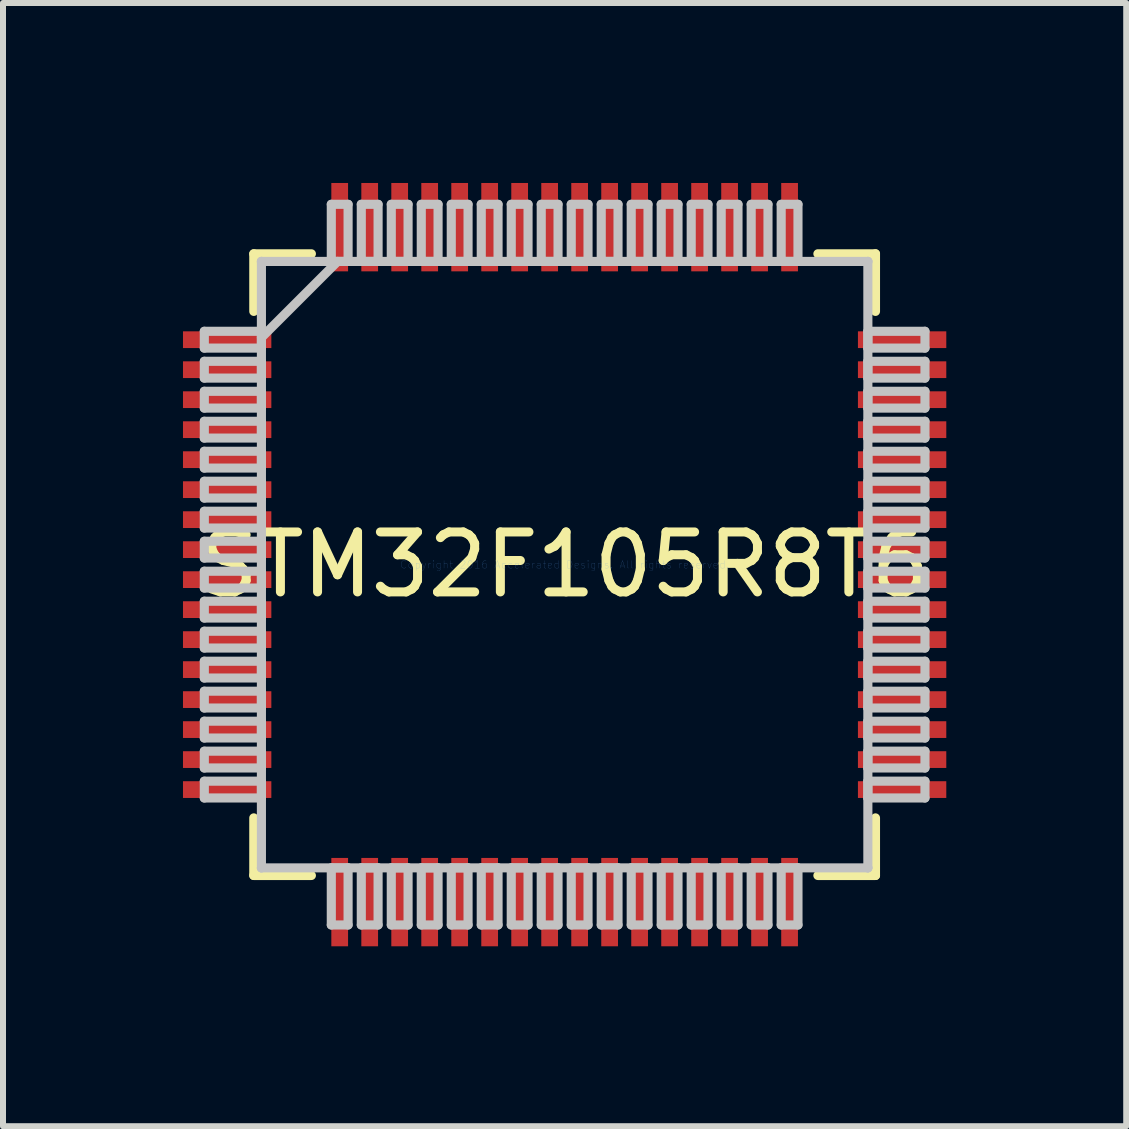
<source format=kicad_pcb>
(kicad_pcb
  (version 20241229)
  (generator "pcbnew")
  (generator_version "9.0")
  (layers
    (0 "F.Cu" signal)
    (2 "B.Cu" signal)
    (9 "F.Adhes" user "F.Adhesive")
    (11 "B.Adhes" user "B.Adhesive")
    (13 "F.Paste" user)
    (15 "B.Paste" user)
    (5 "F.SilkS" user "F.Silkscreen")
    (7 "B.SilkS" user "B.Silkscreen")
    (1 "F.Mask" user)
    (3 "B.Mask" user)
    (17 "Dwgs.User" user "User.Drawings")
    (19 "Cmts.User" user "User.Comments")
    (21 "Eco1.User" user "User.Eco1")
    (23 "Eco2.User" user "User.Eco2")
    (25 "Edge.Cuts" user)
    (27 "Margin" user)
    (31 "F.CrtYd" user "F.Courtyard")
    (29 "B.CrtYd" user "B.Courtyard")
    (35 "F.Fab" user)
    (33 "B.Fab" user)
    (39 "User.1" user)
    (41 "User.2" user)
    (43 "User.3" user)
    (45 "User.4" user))
  (footprint "STM32F105R8T6"
    (layer "F.Cu")
    (at 6.363 6.363)
    (property "Reference" "STM32F105R8T6" (at 0 0 0) (layer "F.SilkS") (effects (font (size 1 1) (thickness 0.15))))
    (attr through_hole)
    (fp_line (start -5.182 -5.182) (end -5.182 -4.222) (stroke (width 0.152) (type solid)) (layer "F.SilkS"))
    (fp_line (start -5.182 4.222) (end -5.182 5.182) (stroke (width 0.152) (type solid)) (layer "F.SilkS"))
    (fp_line (start -5.182 5.182) (end -4.222 5.182) (stroke (width 0.152) (type solid)) (layer "F.SilkS"))
    (fp_line (start -4.222 -5.182) (end -5.182 -5.182) (stroke (width 0.152) (type solid)) (layer "F.SilkS"))
    (fp_line (start 4.222 5.182) (end 5.182 5.182) (stroke (width 0.152) (type solid)) (layer "F.SilkS"))
    (fp_line (start 5.182 -5.182) (end 4.222 -5.182) (stroke (width 0.152) (type solid)) (layer "F.SilkS"))
    (fp_line (start 5.182 -4.222) (end 5.182 -5.182) (stroke (width 0.152) (type solid)) (layer "F.SilkS"))
    (fp_line (start 5.182 5.182) (end 5.182 4.222) (stroke (width 0.152) (type solid)) (layer "F.SilkS"))
    (fp_line (start -6.007 -3.89) (end -6.007 -3.61) (stroke (width 0.152) (type solid)) (layer "Dwgs.User"))
    (fp_line (start -6.007 -3.61) (end -5.055 -3.61) (stroke (width 0.152) (type solid)) (layer "Dwgs.User"))
    (fp_line (start -6.007 -3.39) (end -6.007 -3.11) (stroke (width 0.152) (type solid)) (layer "Dwgs.User"))
    (fp_line (start -6.007 -3.11) (end -5.055 -3.11) (stroke (width 0.152) (type solid)) (layer "Dwgs.User"))
    (fp_line (start -6.007 -2.89) (end -6.007 -2.61) (stroke (width 0.152) (type solid)) (layer "Dwgs.User"))
    (fp_line (start -6.007 -2.61) (end -5.055 -2.61) (stroke (width 0.152) (type solid)) (layer "Dwgs.User"))
    (fp_line (start -6.007 -2.39) (end -6.007 -2.11) (stroke (width 0.152) (type solid)) (layer "Dwgs.User"))
    (fp_line (start -6.007 -2.11) (end -5.055 -2.11) (stroke (width 0.152) (type solid)) (layer "Dwgs.User"))
    (fp_line (start -6.007 -1.89) (end -6.007 -1.61) (stroke (width 0.152) (type solid)) (layer "Dwgs.User"))
    (fp_line (start -6.007 -1.61) (end -5.055 -1.61) (stroke (width 0.152) (type solid)) (layer "Dwgs.User"))
    (fp_line (start -6.007 -1.39) (end -6.007 -1.11) (stroke (width 0.152) (type solid)) (layer "Dwgs.User"))
    (fp_line (start -6.007 -1.11) (end -5.055 -1.11) (stroke (width 0.152) (type solid)) (layer "Dwgs.User"))
    (fp_line (start -6.007 -0.89) (end -6.007 -0.61) (stroke (width 0.152) (type solid)) (layer "Dwgs.User"))
    (fp_line (start -6.007 -0.61) (end -5.055 -0.61) (stroke (width 0.152) (type solid)) (layer "Dwgs.User"))
    (fp_line (start -6.007 -0.39) (end -6.007 -0.11) (stroke (width 0.152) (type solid)) (layer "Dwgs.User"))
    (fp_line (start -6.007 -0.11) (end -5.055 -0.11) (stroke (width 0.152) (type solid)) (layer "Dwgs.User"))
    (fp_line (start -6.007 0.11) (end -6.007 0.39) (stroke (width 0.152) (type solid)) (layer "Dwgs.User"))
    (fp_line (start -6.007 0.39) (end -5.055 0.39) (stroke (width 0.152) (type solid)) (layer "Dwgs.User"))
    (fp_line (start -6.007 0.61) (end -6.007 0.89) (stroke (width 0.152) (type solid)) (layer "Dwgs.User"))
    (fp_line (start -6.007 0.89) (end -5.055 0.89) (stroke (width 0.152) (type solid)) (layer "Dwgs.User"))
    (fp_line (start -6.007 1.11) (end -6.007 1.39) (stroke (width 0.152) (type solid)) (layer "Dwgs.User"))
    (fp_line (start -6.007 1.39) (end -5.055 1.39) (stroke (width 0.152) (type solid)) (layer "Dwgs.User"))
    (fp_line (start -6.007 1.61) (end -6.007 1.89) (stroke (width 0.152) (type solid)) (layer "Dwgs.User"))
    (fp_line (start -6.007 1.89) (end -5.055 1.89) (stroke (width 0.152) (type solid)) (layer "Dwgs.User"))
    (fp_line (start -6.007 2.11) (end -6.007 2.39) (stroke (width 0.152) (type solid)) (layer "Dwgs.User"))
    (fp_line (start -6.007 2.39) (end -5.055 2.39) (stroke (width 0.152) (type solid)) (layer "Dwgs.User"))
    (fp_line (start -6.007 2.61) (end -6.007 2.89) (stroke (width 0.152) (type solid)) (layer "Dwgs.User"))
    (fp_line (start -6.007 2.89) (end -5.055 2.89) (stroke (width 0.152) (type solid)) (layer "Dwgs.User"))
    (fp_line (start -6.007 3.11) (end -6.007 3.39) (stroke (width 0.152) (type solid)) (layer "Dwgs.User"))
    (fp_line (start -6.007 3.39) (end -5.055 3.39) (stroke (width 0.152) (type solid)) (layer "Dwgs.User"))
    (fp_line (start -6.007 3.61) (end -6.007 3.89) (stroke (width 0.152) (type solid)) (layer "Dwgs.User"))
    (fp_line (start -6.007 3.89) (end -5.055 3.89) (stroke (width 0.152) (type solid)) (layer "Dwgs.User"))
    (fp_line (start -5.055 -5.055) (end -5.055 -5.055) (stroke (width 0.152) (type solid)) (layer "Dwgs.User"))
    (fp_line (start -5.055 -5.055) (end -5.055 5.055) (stroke (width 0.152) (type solid)) (layer "Dwgs.User"))
    (fp_line (start -5.055 -3.89) (end -6.007 -3.89) (stroke (width 0.152) (type solid)) (layer "Dwgs.User"))
    (fp_line (start -5.055 -3.785) (end -3.785 -5.055) (stroke (width 0.152) (type solid)) (layer "Dwgs.User"))
    (fp_line (start -5.055 -3.61) (end -5.055 -3.89) (stroke (width 0.152) (type solid)) (layer "Dwgs.User"))
    (fp_line (start -5.055 -3.39) (end -6.007 -3.39) (stroke (width 0.152) (type solid)) (layer "Dwgs.User"))
    (fp_line (start -5.055 -3.11) (end -5.055 -3.39) (stroke (width 0.152) (type solid)) (layer "Dwgs.User"))
    (fp_line (start -5.055 -2.89) (end -6.007 -2.89) (stroke (width 0.152) (type solid)) (layer "Dwgs.User"))
    (fp_line (start -5.055 -2.61) (end -5.055 -2.89) (stroke (width 0.152) (type solid)) (layer "Dwgs.User"))
    (fp_line (start -5.055 -2.39) (end -6.007 -2.39) (stroke (width 0.152) (type solid)) (layer "Dwgs.User"))
    (fp_line (start -5.055 -2.11) (end -5.055 -2.39) (stroke (width 0.152) (type solid)) (layer "Dwgs.User"))
    (fp_line (start -5.055 -1.89) (end -6.007 -1.89) (stroke (width 0.152) (type solid)) (layer "Dwgs.User"))
    (fp_line (start -5.055 -1.61) (end -5.055 -1.89) (stroke (width 0.152) (type solid)) (layer "Dwgs.User"))
    (fp_line (start -5.055 -1.39) (end -6.007 -1.39) (stroke (width 0.152) (type solid)) (layer "Dwgs.User"))
    (fp_line (start -5.055 -1.11) (end -5.055 -1.39) (stroke (width 0.152) (type solid)) (layer "Dwgs.User"))
    (fp_line (start -5.055 -0.89) (end -6.007 -0.89) (stroke (width 0.152) (type solid)) (layer "Dwgs.User"))
    (fp_line (start -5.055 -0.61) (end -5.055 -0.89) (stroke (width 0.152) (type solid)) (layer "Dwgs.User"))
    (fp_line (start -5.055 -0.39) (end -6.007 -0.39) (stroke (width 0.152) (type solid)) (layer "Dwgs.User"))
    (fp_line (start -5.055 -0.11) (end -5.055 -0.39) (stroke (width 0.152) (type solid)) (layer "Dwgs.User"))
    (fp_line (start -5.055 0.11) (end -6.007 0.11) (stroke (width 0.152) (type solid)) (layer "Dwgs.User"))
    (fp_line (start -5.055 0.39) (end -5.055 0.11) (stroke (width 0.152) (type solid)) (layer "Dwgs.User"))
    (fp_line (start -5.055 0.61) (end -6.007 0.61) (stroke (width 0.152) (type solid)) (layer "Dwgs.User"))
    (fp_line (start -5.055 0.89) (end -5.055 0.61) (stroke (width 0.152) (type solid)) (layer "Dwgs.User"))
    (fp_line (start -5.055 1.11) (end -6.007 1.11) (stroke (width 0.152) (type solid)) (layer "Dwgs.User"))
    (fp_line (start -5.055 1.39) (end -5.055 1.11) (stroke (width 0.152) (type solid)) (layer "Dwgs.User"))
    (fp_line (start -5.055 1.61) (end -6.007 1.61) (stroke (width 0.152) (type solid)) (layer "Dwgs.User"))
    (fp_line (start -5.055 1.89) (end -5.055 1.61) (stroke (width 0.152) (type solid)) (layer "Dwgs.User"))
    (fp_line (start -5.055 2.11) (end -6.007 2.11) (stroke (width 0.152) (type solid)) (layer "Dwgs.User"))
    (fp_line (start -5.055 2.39) (end -5.055 2.11) (stroke (width 0.152) (type solid)) (layer "Dwgs.User"))
    (fp_line (start -5.055 2.61) (end -6.007 2.61) (stroke (width 0.152) (type solid)) (layer "Dwgs.User"))
    (fp_line (start -5.055 2.89) (end -5.055 2.61) (stroke (width 0.152) (type solid)) (layer "Dwgs.User"))
    (fp_line (start -5.055 3.11) (end -6.007 3.11) (stroke (width 0.152) (type solid)) (layer "Dwgs.User"))
    (fp_line (start -5.055 3.39) (end -5.055 3.11) (stroke (width 0.152) (type solid)) (layer "Dwgs.User"))
    (fp_line (start -5.055 3.61) (end -6.007 3.61) (stroke (width 0.152) (type solid)) (layer "Dwgs.User"))
    (fp_line (start -5.055 3.89) (end -5.055 3.61) (stroke (width 0.152) (type solid)) (layer "Dwgs.User"))
    (fp_line (start -5.055 5.055) (end -5.055 5.055) (stroke (width 0.152) (type solid)) (layer "Dwgs.User"))
    (fp_line (start -5.055 5.055) (end 5.055 5.055) (stroke (width 0.152) (type solid)) (layer "Dwgs.User"))
    (fp_line (start -3.89 -6.007) (end -3.89 -5.055) (stroke (width 0.152) (type solid)) (layer "Dwgs.User"))
    (fp_line (start -3.89 -5.055) (end -3.61 -5.055) (stroke (width 0.152) (type solid)) (layer "Dwgs.User"))
    (fp_line (start -3.89 5.055) (end -3.89 6.007) (stroke (width 0.152) (type solid)) (layer "Dwgs.User"))
    (fp_line (start -3.89 6.007) (end -3.61 6.007) (stroke (width 0.152) (type solid)) (layer "Dwgs.User"))
    (fp_line (start -3.61 -6.007) (end -3.89 -6.007) (stroke (width 0.152) (type solid)) (layer "Dwgs.User"))
    (fp_line (start -3.61 -5.055) (end -3.61 -6.007) (stroke (width 0.152) (type solid)) (layer "Dwgs.User"))
    (fp_line (start -3.61 5.055) (end -3.89 5.055) (stroke (width 0.152) (type solid)) (layer "Dwgs.User"))
    (fp_line (start -3.61 6.007) (end -3.61 5.055) (stroke (width 0.152) (type solid)) (layer "Dwgs.User"))
    (fp_line (start -3.39 -6.007) (end -3.39 -5.055) (stroke (width 0.152) (type solid)) (layer "Dwgs.User"))
    (fp_line (start -3.39 -5.055) (end -3.11 -5.055) (stroke (width 0.152) (type solid)) (layer "Dwgs.User"))
    (fp_line (start -3.39 5.055) (end -3.39 6.007) (stroke (width 0.152) (type solid)) (layer "Dwgs.User"))
    (fp_line (start -3.39 6.007) (end -3.11 6.007) (stroke (width 0.152) (type solid)) (layer "Dwgs.User"))
    (fp_line (start -3.11 -6.007) (end -3.39 -6.007) (stroke (width 0.152) (type solid)) (layer "Dwgs.User"))
    (fp_line (start -3.11 -5.055) (end -3.11 -6.007) (stroke (width 0.152) (type solid)) (layer "Dwgs.User"))
    (fp_line (start -3.11 5.055) (end -3.39 5.055) (stroke (width 0.152) (type solid)) (layer "Dwgs.User"))
    (fp_line (start -3.11 6.007) (end -3.11 5.055) (stroke (width 0.152) (type solid)) (layer "Dwgs.User"))
    (fp_line (start -2.89 -6.007) (end -2.89 -5.055) (stroke (width 0.152) (type solid)) (layer "Dwgs.User"))
    (fp_line (start -2.89 -5.055) (end -2.61 -5.055) (stroke (width 0.152) (type solid)) (layer "Dwgs.User"))
    (fp_line (start -2.89 5.055) (end -2.89 6.007) (stroke (width 0.152) (type solid)) (layer "Dwgs.User"))
    (fp_line (start -2.89 6.007) (end -2.61 6.007) (stroke (width 0.152) (type solid)) (layer "Dwgs.User"))
    (fp_line (start -2.61 -6.007) (end -2.89 -6.007) (stroke (width 0.152) (type solid)) (layer "Dwgs.User"))
    (fp_line (start -2.61 -5.055) (end -2.61 -6.007) (stroke (width 0.152) (type solid)) (layer "Dwgs.User"))
    (fp_line (start -2.61 5.055) (end -2.89 5.055) (stroke (width 0.152) (type solid)) (layer "Dwgs.User"))
    (fp_line (start -2.61 6.007) (end -2.61 5.055) (stroke (width 0.152) (type solid)) (layer "Dwgs.User"))
    (fp_line (start -2.39 -6.007) (end -2.39 -5.055) (stroke (width 0.152) (type solid)) (layer "Dwgs.User"))
    (fp_line (start -2.39 -5.055) (end -2.11 -5.055) (stroke (width 0.152) (type solid)) (layer "Dwgs.User"))
    (fp_line (start -2.39 5.055) (end -2.39 6.007) (stroke (width 0.152) (type solid)) (layer "Dwgs.User"))
    (fp_line (start -2.39 6.007) (end -2.11 6.007) (stroke (width 0.152) (type solid)) (layer "Dwgs.User"))
    (fp_line (start -2.11 -6.007) (end -2.39 -6.007) (stroke (width 0.152) (type solid)) (layer "Dwgs.User"))
    (fp_line (start -2.11 -5.055) (end -2.11 -6.007) (stroke (width 0.152) (type solid)) (layer "Dwgs.User"))
    (fp_line (start -2.11 5.055) (end -2.39 5.055) (stroke (width 0.152) (type solid)) (layer "Dwgs.User"))
    (fp_line (start -2.11 6.007) (end -2.11 5.055) (stroke (width 0.152) (type solid)) (layer "Dwgs.User"))
    (fp_line (start -1.89 -6.007) (end -1.89 -5.055) (stroke (width 0.152) (type solid)) (layer "Dwgs.User"))
    (fp_line (start -1.89 -5.055) (end -1.61 -5.055) (stroke (width 0.152) (type solid)) (layer "Dwgs.User"))
    (fp_line (start -1.89 5.055) (end -1.89 6.007) (stroke (width 0.152) (type solid)) (layer "Dwgs.User"))
    (fp_line (start -1.89 6.007) (end -1.61 6.007) (stroke (width 0.152) (type solid)) (layer "Dwgs.User"))
    (fp_line (start -1.61 -6.007) (end -1.89 -6.007) (stroke (width 0.152) (type solid)) (layer "Dwgs.User"))
    (fp_line (start -1.61 -5.055) (end -1.61 -6.007) (stroke (width 0.152) (type solid)) (layer "Dwgs.User"))
    (fp_line (start -1.61 5.055) (end -1.89 5.055) (stroke (width 0.152) (type solid)) (layer "Dwgs.User"))
    (fp_line (start -1.61 6.007) (end -1.61 5.055) (stroke (width 0.152) (type solid)) (layer "Dwgs.User"))
    (fp_line (start -1.39 -6.007) (end -1.39 -5.055) (stroke (width 0.152) (type solid)) (layer "Dwgs.User"))
    (fp_line (start -1.39 -5.055) (end -1.11 -5.055) (stroke (width 0.152) (type solid)) (layer "Dwgs.User"))
    (fp_line (start -1.39 5.055) (end -1.39 6.007) (stroke (width 0.152) (type solid)) (layer "Dwgs.User"))
    (fp_line (start -1.39 6.007) (end -1.11 6.007) (stroke (width 0.152) (type solid)) (layer "Dwgs.User"))
    (fp_line (start -1.11 -6.007) (end -1.39 -6.007) (stroke (width 0.152) (type solid)) (layer "Dwgs.User"))
    (fp_line (start -1.11 -5.055) (end -1.11 -6.007) (stroke (width 0.152) (type solid)) (layer "Dwgs.User"))
    (fp_line (start -1.11 5.055) (end -1.39 5.055) (stroke (width 0.152) (type solid)) (layer "Dwgs.User"))
    (fp_line (start -1.11 6.007) (end -1.11 5.055) (stroke (width 0.152) (type solid)) (layer "Dwgs.User"))
    (fp_line (start -0.89 -6.007) (end -0.89 -5.055) (stroke (width 0.152) (type solid)) (layer "Dwgs.User"))
    (fp_line (start -0.89 -5.055) (end -0.61 -5.055) (stroke (width 0.152) (type solid)) (layer "Dwgs.User"))
    (fp_line (start -0.89 5.055) (end -0.89 6.007) (stroke (width 0.152) (type solid)) (layer "Dwgs.User"))
    (fp_line (start -0.89 6.007) (end -0.61 6.007) (stroke (width 0.152) (type solid)) (layer "Dwgs.User"))
    (fp_line (start -0.61 -6.007) (end -0.89 -6.007) (stroke (width 0.152) (type solid)) (layer "Dwgs.User"))
    (fp_line (start -0.61 -5.055) (end -0.61 -6.007) (stroke (width 0.152) (type solid)) (layer "Dwgs.User"))
    (fp_line (start -0.61 5.055) (end -0.89 5.055) (stroke (width 0.152) (type solid)) (layer "Dwgs.User"))
    (fp_line (start -0.61 6.007) (end -0.61 5.055) (stroke (width 0.152) (type solid)) (layer "Dwgs.User"))
    (fp_line (start -0.39 -6.007) (end -0.39 -5.055) (stroke (width 0.152) (type solid)) (layer "Dwgs.User"))
    (fp_line (start -0.39 -5.055) (end -0.11 -5.055) (stroke (width 0.152) (type solid)) (layer "Dwgs.User"))
    (fp_line (start -0.39 5.055) (end -0.39 6.007) (stroke (width 0.152) (type solid)) (layer "Dwgs.User"))
    (fp_line (start -0.39 6.007) (end -0.11 6.007) (stroke (width 0.152) (type solid)) (layer "Dwgs.User"))
    (fp_line (start -0.11 -6.007) (end -0.39 -6.007) (stroke (width 0.152) (type solid)) (layer "Dwgs.User"))
    (fp_line (start -0.11 -5.055) (end -0.11 -6.007) (stroke (width 0.152) (type solid)) (layer "Dwgs.User"))
    (fp_line (start -0.11 5.055) (end -0.39 5.055) (stroke (width 0.152) (type solid)) (layer "Dwgs.User"))
    (fp_line (start -0.11 6.007) (end -0.11 5.055) (stroke (width 0.152) (type solid)) (layer "Dwgs.User"))
    (fp_line (start 0.11 -6.007) (end 0.11 -5.055) (stroke (width 0.152) (type solid)) (layer "Dwgs.User"))
    (fp_line (start 0.11 -5.055) (end 0.39 -5.055) (stroke (width 0.152) (type solid)) (layer "Dwgs.User"))
    (fp_line (start 0.11 5.055) (end 0.11 6.007) (stroke (width 0.152) (type solid)) (layer "Dwgs.User"))
    (fp_line (start 0.11 6.007) (end 0.39 6.007) (stroke (width 0.152) (type solid)) (layer "Dwgs.User"))
    (fp_line (start 0.39 -6.007) (end 0.11 -6.007) (stroke (width 0.152) (type solid)) (layer "Dwgs.User"))
    (fp_line (start 0.39 -5.055) (end 0.39 -6.007) (stroke (width 0.152) (type solid)) (layer "Dwgs.User"))
    (fp_line (start 0.39 5.055) (end 0.11 5.055) (stroke (width 0.152) (type solid)) (layer "Dwgs.User"))
    (fp_line (start 0.39 6.007) (end 0.39 5.055) (stroke (width 0.152) (type solid)) (layer "Dwgs.User"))
    (fp_line (start 0.61 -6.007) (end 0.61 -5.055) (stroke (width 0.152) (type solid)) (layer "Dwgs.User"))
    (fp_line (start 0.61 -5.055) (end 0.89 -5.055) (stroke (width 0.152) (type solid)) (layer "Dwgs.User"))
    (fp_line (start 0.61 5.055) (end 0.61 6.007) (stroke (width 0.152) (type solid)) (layer "Dwgs.User"))
    (fp_line (start 0.61 6.007) (end 0.89 6.007) (stroke (width 0.152) (type solid)) (layer "Dwgs.User"))
    (fp_line (start 0.89 -6.007) (end 0.61 -6.007) (stroke (width 0.152) (type solid)) (layer "Dwgs.User"))
    (fp_line (start 0.89 -5.055) (end 0.89 -6.007) (stroke (width 0.152) (type solid)) (layer "Dwgs.User"))
    (fp_line (start 0.89 5.055) (end 0.61 5.055) (stroke (width 0.152) (type solid)) (layer "Dwgs.User"))
    (fp_line (start 0.89 6.007) (end 0.89 5.055) (stroke (width 0.152) (type solid)) (layer "Dwgs.User"))
    (fp_line (start 1.11 -6.007) (end 1.11 -5.055) (stroke (width 0.152) (type solid)) (layer "Dwgs.User"))
    (fp_line (start 1.11 -5.055) (end 1.39 -5.055) (stroke (width 0.152) (type solid)) (layer "Dwgs.User"))
    (fp_line (start 1.11 5.055) (end 1.11 6.007) (stroke (width 0.152) (type solid)) (layer "Dwgs.User"))
    (fp_line (start 1.11 6.007) (end 1.39 6.007) (stroke (width 0.152) (type solid)) (layer "Dwgs.User"))
    (fp_line (start 1.39 -6.007) (end 1.11 -6.007) (stroke (width 0.152) (type solid)) (layer "Dwgs.User"))
    (fp_line (start 1.39 -5.055) (end 1.39 -6.007) (stroke (width 0.152) (type solid)) (layer "Dwgs.User"))
    (fp_line (start 1.39 5.055) (end 1.11 5.055) (stroke (width 0.152) (type solid)) (layer "Dwgs.User"))
    (fp_line (start 1.39 6.007) (end 1.39 5.055) (stroke (width 0.152) (type solid)) (layer "Dwgs.User"))
    (fp_line (start 1.61 -6.007) (end 1.61 -5.055) (stroke (width 0.152) (type solid)) (layer "Dwgs.User"))
    (fp_line (start 1.61 -5.055) (end 1.89 -5.055) (stroke (width 0.152) (type solid)) (layer "Dwgs.User"))
    (fp_line (start 1.61 5.055) (end 1.61 6.007) (stroke (width 0.152) (type solid)) (layer "Dwgs.User"))
    (fp_line (start 1.61 6.007) (end 1.89 6.007) (stroke (width 0.152) (type solid)) (layer "Dwgs.User"))
    (fp_line (start 1.89 -6.007) (end 1.61 -6.007) (stroke (width 0.152) (type solid)) (layer "Dwgs.User"))
    (fp_line (start 1.89 -5.055) (end 1.89 -6.007) (stroke (width 0.152) (type solid)) (layer "Dwgs.User"))
    (fp_line (start 1.89 5.055) (end 1.61 5.055) (stroke (width 0.152) (type solid)) (layer "Dwgs.User"))
    (fp_line (start 1.89 6.007) (end 1.89 5.055) (stroke (width 0.152) (type solid)) (layer "Dwgs.User"))
    (fp_line (start 2.11 -6.007) (end 2.11 -5.055) (stroke (width 0.152) (type solid)) (layer "Dwgs.User"))
    (fp_line (start 2.11 -5.055) (end 2.39 -5.055) (stroke (width 0.152) (type solid)) (layer "Dwgs.User"))
    (fp_line (start 2.11 5.055) (end 2.11 6.007) (stroke (width 0.152) (type solid)) (layer "Dwgs.User"))
    (fp_line (start 2.11 6.007) (end 2.39 6.007) (stroke (width 0.152) (type solid)) (layer "Dwgs.User"))
    (fp_line (start 2.39 -6.007) (end 2.11 -6.007) (stroke (width 0.152) (type solid)) (layer "Dwgs.User"))
    (fp_line (start 2.39 -5.055) (end 2.39 -6.007) (stroke (width 0.152) (type solid)) (layer "Dwgs.User"))
    (fp_line (start 2.39 5.055) (end 2.11 5.055) (stroke (width 0.152) (type solid)) (layer "Dwgs.User"))
    (fp_line (start 2.39 6.007) (end 2.39 5.055) (stroke (width 0.152) (type solid)) (layer "Dwgs.User"))
    (fp_line (start 2.61 -6.007) (end 2.61 -5.055) (stroke (width 0.152) (type solid)) (layer "Dwgs.User"))
    (fp_line (start 2.61 -5.055) (end 2.89 -5.055) (stroke (width 0.152) (type solid)) (layer "Dwgs.User"))
    (fp_line (start 2.61 5.055) (end 2.61 6.007) (stroke (width 0.152) (type solid)) (layer "Dwgs.User"))
    (fp_line (start 2.61 6.007) (end 2.89 6.007) (stroke (width 0.152) (type solid)) (layer "Dwgs.User"))
    (fp_line (start 2.89 -6.007) (end 2.61 -6.007) (stroke (width 0.152) (type solid)) (layer "Dwgs.User"))
    (fp_line (start 2.89 -5.055) (end 2.89 -6.007) (stroke (width 0.152) (type solid)) (layer "Dwgs.User"))
    (fp_line (start 2.89 5.055) (end 2.61 5.055) (stroke (width 0.152) (type solid)) (layer "Dwgs.User"))
    (fp_line (start 2.89 6.007) (end 2.89 5.055) (stroke (width 0.152) (type solid)) (layer "Dwgs.User"))
    (fp_line (start 3.11 -6.007) (end 3.11 -5.055) (stroke (width 0.152) (type solid)) (layer "Dwgs.User"))
    (fp_line (start 3.11 -5.055) (end 3.39 -5.055) (stroke (width 0.152) (type solid)) (layer "Dwgs.User"))
    (fp_line (start 3.11 5.055) (end 3.11 6.007) (stroke (width 0.152) (type solid)) (layer "Dwgs.User"))
    (fp_line (start 3.11 6.007) (end 3.39 6.007) (stroke (width 0.152) (type solid)) (layer "Dwgs.User"))
    (fp_line (start 3.39 -6.007) (end 3.11 -6.007) (stroke (width 0.152) (type solid)) (layer "Dwgs.User"))
    (fp_line (start 3.39 -5.055) (end 3.39 -6.007) (stroke (width 0.152) (type solid)) (layer "Dwgs.User"))
    (fp_line (start 3.39 5.055) (end 3.11 5.055) (stroke (width 0.152) (type solid)) (layer "Dwgs.User"))
    (fp_line (start 3.39 6.007) (end 3.39 5.055) (stroke (width 0.152) (type solid)) (layer "Dwgs.User"))
    (fp_line (start 3.61 -6.007) (end 3.61 -5.055) (stroke (width 0.152) (type solid)) (layer "Dwgs.User"))
    (fp_line (start 3.61 -5.055) (end 3.89 -5.055) (stroke (width 0.152) (type solid)) (layer "Dwgs.User"))
    (fp_line (start 3.61 5.055) (end 3.61 6.007) (stroke (width 0.152) (type solid)) (layer "Dwgs.User"))
    (fp_line (start 3.61 6.007) (end 3.89 6.007) (stroke (width 0.152) (type solid)) (layer "Dwgs.User"))
    (fp_line (start 3.89 -6.007) (end 3.61 -6.007) (stroke (width 0.152) (type solid)) (layer "Dwgs.User"))
    (fp_line (start 3.89 -5.055) (end 3.89 -6.007) (stroke (width 0.152) (type solid)) (layer "Dwgs.User"))
    (fp_line (start 3.89 5.055) (end 3.61 5.055) (stroke (width 0.152) (type solid)) (layer "Dwgs.User"))
    (fp_line (start 3.89 6.007) (end 3.89 5.055) (stroke (width 0.152) (type solid)) (layer "Dwgs.User"))
    (fp_line (start 5.055 -5.055) (end -5.055 -5.055) (stroke (width 0.152) (type solid)) (layer "Dwgs.User"))
    (fp_line (start 5.055 -5.055) (end 5.055 -5.055) (stroke (width 0.152) (type solid)) (layer "Dwgs.User"))
    (fp_line (start 5.055 -3.89) (end 5.055 -3.61) (stroke (width 0.152) (type solid)) (layer "Dwgs.User"))
    (fp_line (start 5.055 -3.61) (end 6.007 -3.61) (stroke (width 0.152) (type solid)) (layer "Dwgs.User"))
    (fp_line (start 5.055 -3.39) (end 5.055 -3.11) (stroke (width 0.152) (type solid)) (layer "Dwgs.User"))
    (fp_line (start 5.055 -3.11) (end 6.007 -3.11) (stroke (width 0.152) (type solid)) (layer "Dwgs.User"))
    (fp_line (start 5.055 -2.89) (end 5.055 -2.61) (stroke (width 0.152) (type solid)) (layer "Dwgs.User"))
    (fp_line (start 5.055 -2.61) (end 6.007 -2.61) (stroke (width 0.152) (type solid)) (layer "Dwgs.User"))
    (fp_line (start 5.055 -2.39) (end 5.055 -2.11) (stroke (width 0.152) (type solid)) (layer "Dwgs.User"))
    (fp_line (start 5.055 -2.11) (end 6.007 -2.11) (stroke (width 0.152) (type solid)) (layer "Dwgs.User"))
    (fp_line (start 5.055 -1.89) (end 5.055 -1.61) (stroke (width 0.152) (type solid)) (layer "Dwgs.User"))
    (fp_line (start 5.055 -1.61) (end 6.007 -1.61) (stroke (width 0.152) (type solid)) (layer "Dwgs.User"))
    (fp_line (start 5.055 -1.39) (end 5.055 -1.11) (stroke (width 0.152) (type solid)) (layer "Dwgs.User"))
    (fp_line (start 5.055 -1.11) (end 6.007 -1.11) (stroke (width 0.152) (type solid)) (layer "Dwgs.User"))
    (fp_line (start 5.055 -0.89) (end 5.055 -0.61) (stroke (width 0.152) (type solid)) (layer "Dwgs.User"))
    (fp_line (start 5.055 -0.61) (end 6.007 -0.61) (stroke (width 0.152) (type solid)) (layer "Dwgs.User"))
    (fp_line (start 5.055 -0.39) (end 5.055 -0.11) (stroke (width 0.152) (type solid)) (layer "Dwgs.User"))
    (fp_line (start 5.055 -0.11) (end 6.007 -0.11) (stroke (width 0.152) (type solid)) (layer "Dwgs.User"))
    (fp_line (start 5.055 0.11) (end 5.055 0.39) (stroke (width 0.152) (type solid)) (layer "Dwgs.User"))
    (fp_line (start 5.055 0.39) (end 6.007 0.39) (stroke (width 0.152) (type solid)) (layer "Dwgs.User"))
    (fp_line (start 5.055 0.61) (end 5.055 0.89) (stroke (width 0.152) (type solid)) (layer "Dwgs.User"))
    (fp_line (start 5.055 0.89) (end 6.007 0.89) (stroke (width 0.152) (type solid)) (layer "Dwgs.User"))
    (fp_line (start 5.055 1.11) (end 5.055 1.39) (stroke (width 0.152) (type solid)) (layer "Dwgs.User"))
    (fp_line (start 5.055 1.39) (end 6.007 1.39) (stroke (width 0.152) (type solid)) (layer "Dwgs.User"))
    (fp_line (start 5.055 1.61) (end 5.055 1.89) (stroke (width 0.152) (type solid)) (layer "Dwgs.User"))
    (fp_line (start 5.055 1.89) (end 6.007 1.89) (stroke (width 0.152) (type solid)) (layer "Dwgs.User"))
    (fp_line (start 5.055 2.11) (end 5.055 2.39) (stroke (width 0.152) (type solid)) (layer "Dwgs.User"))
    (fp_line (start 5.055 2.39) (end 6.007 2.39) (stroke (width 0.152) (type solid)) (layer "Dwgs.User"))
    (fp_line (start 5.055 2.61) (end 5.055 2.89) (stroke (width 0.152) (type solid)) (layer "Dwgs.User"))
    (fp_line (start 5.055 2.89) (end 6.007 2.89) (stroke (width 0.152) (type solid)) (layer "Dwgs.User"))
    (fp_line (start 5.055 3.11) (end 5.055 3.39) (stroke (width 0.152) (type solid)) (layer "Dwgs.User"))
    (fp_line (start 5.055 3.39) (end 6.007 3.39) (stroke (width 0.152) (type solid)) (layer "Dwgs.User"))
    (fp_line (start 5.055 3.61) (end 5.055 3.89) (stroke (width 0.152) (type solid)) (layer "Dwgs.User"))
    (fp_line (start 5.055 3.89) (end 6.007 3.89) (stroke (width 0.152) (type solid)) (layer "Dwgs.User"))
    (fp_line (start 5.055 5.055) (end 5.055 -5.055) (stroke (width 0.152) (type solid)) (layer "Dwgs.User"))
    (fp_line (start 5.055 5.055) (end 5.055 5.055) (stroke (width 0.152) (type solid)) (layer "Dwgs.User"))
    (fp_line (start 6.007 -3.89) (end 5.055 -3.89) (stroke (width 0.152) (type solid)) (layer "Dwgs.User"))
    (fp_line (start 6.007 -3.61) (end 6.007 -3.89) (stroke (width 0.152) (type solid)) (layer "Dwgs.User"))
    (fp_line (start 6.007 -3.39) (end 5.055 -3.39) (stroke (width 0.152) (type solid)) (layer "Dwgs.User"))
    (fp_line (start 6.007 -3.11) (end 6.007 -3.39) (stroke (width 0.152) (type solid)) (layer "Dwgs.User"))
    (fp_line (start 6.007 -2.89) (end 5.055 -2.89) (stroke (width 0.152) (type solid)) (layer "Dwgs.User"))
    (fp_line (start 6.007 -2.61) (end 6.007 -2.89) (stroke (width 0.152) (type solid)) (layer "Dwgs.User"))
    (fp_line (start 6.007 -2.39) (end 5.055 -2.39) (stroke (width 0.152) (type solid)) (layer "Dwgs.User"))
    (fp_line (start 6.007 -2.11) (end 6.007 -2.39) (stroke (width 0.152) (type solid)) (layer "Dwgs.User"))
    (fp_line (start 6.007 -1.89) (end 5.055 -1.89) (stroke (width 0.152) (type solid)) (layer "Dwgs.User"))
    (fp_line (start 6.007 -1.61) (end 6.007 -1.89) (stroke (width 0.152) (type solid)) (layer "Dwgs.User"))
    (fp_line (start 6.007 -1.39) (end 5.055 -1.39) (stroke (width 0.152) (type solid)) (layer "Dwgs.User"))
    (fp_line (start 6.007 -1.11) (end 6.007 -1.39) (stroke (width 0.152) (type solid)) (layer "Dwgs.User"))
    (fp_line (start 6.007 -0.89) (end 5.055 -0.89) (stroke (width 0.152) (type solid)) (layer "Dwgs.User"))
    (fp_line (start 6.007 -0.61) (end 6.007 -0.89) (stroke (width 0.152) (type solid)) (layer "Dwgs.User"))
    (fp_line (start 6.007 -0.39) (end 5.055 -0.39) (stroke (width 0.152) (type solid)) (layer "Dwgs.User"))
    (fp_line (start 6.007 -0.11) (end 6.007 -0.39) (stroke (width 0.152) (type solid)) (layer "Dwgs.User"))
    (fp_line (start 6.007 0.11) (end 5.055 0.11) (stroke (width 0.152) (type solid)) (layer "Dwgs.User"))
    (fp_line (start 6.007 0.39) (end 6.007 0.11) (stroke (width 0.152) (type solid)) (layer "Dwgs.User"))
    (fp_line (start 6.007 0.61) (end 5.055 0.61) (stroke (width 0.152) (type solid)) (layer "Dwgs.User"))
    (fp_line (start 6.007 0.89) (end 6.007 0.61) (stroke (width 0.152) (type solid)) (layer "Dwgs.User"))
    (fp_line (start 6.007 1.11) (end 5.055 1.11) (stroke (width 0.152) (type solid)) (layer "Dwgs.User"))
    (fp_line (start 6.007 1.39) (end 6.007 1.11) (stroke (width 0.152) (type solid)) (layer "Dwgs.User"))
    (fp_line (start 6.007 1.61) (end 5.055 1.61) (stroke (width 0.152) (type solid)) (layer "Dwgs.User"))
    (fp_line (start 6.007 1.89) (end 6.007 1.61) (stroke (width 0.152) (type solid)) (layer "Dwgs.User"))
    (fp_line (start 6.007 2.11) (end 5.055 2.11) (stroke (width 0.152) (type solid)) (layer "Dwgs.User"))
    (fp_line (start 6.007 2.39) (end 6.007 2.11) (stroke (width 0.152) (type solid)) (layer "Dwgs.User"))
    (fp_line (start 6.007 2.61) (end 5.055 2.61) (stroke (width 0.152) (type solid)) (layer "Dwgs.User"))
    (fp_line (start 6.007 2.89) (end 6.007 2.61) (stroke (width 0.152) (type solid)) (layer "Dwgs.User"))
    (fp_line (start 6.007 3.11) (end 5.055 3.11) (stroke (width 0.152) (type solid)) (layer "Dwgs.User"))
    (fp_line (start 6.007 3.39) (end 6.007 3.11) (stroke (width 0.152) (type solid)) (layer "Dwgs.User"))
    (fp_line (start 6.007 3.61) (end 5.055 3.61) (stroke (width 0.152) (type solid)) (layer "Dwgs.User"))
    (fp_line (start 6.007 3.89) (end 6.007 3.61) (stroke (width 0.152) (type solid)) (layer "Dwgs.User"))
    (fp_text user "Copyright 2016 Accelerated Designs. All rights reserved." (at 0 0 0) (layer "Cmts.User") (effects (font (size 0.127 0.127) (thickness 0.002))))
    (pad "1" smd rect (at -5.626 -3.75 90) (size 0.279 1.473) (layers "F.Cu" "F.Mask" "F.Paste"))
    (pad "2" smd rect (at -5.626 -3.25 90) (size 0.279 1.473) (layers "F.Cu" "F.Mask" "F.Paste"))
    (pad "3" smd rect (at -5.626 -2.75 90) (size 0.279 1.473) (layers "F.Cu" "F.Mask" "F.Paste"))
    (pad "4" smd rect (at -5.626 -2.25 90) (size 0.279 1.473) (layers "F.Cu" "F.Mask" "F.Paste"))
    (pad "5" smd rect (at -5.626 -1.75 90) (size 0.279 1.473) (layers "F.Cu" "F.Mask" "F.Paste"))
    (pad "6" smd rect (at -5.626 -1.25 90) (size 0.279 1.473) (layers "F.Cu" "F.Mask" "F.Paste"))
    (pad "7" smd rect (at -5.626 -0.75 90) (size 0.279 1.473) (layers "F.Cu" "F.Mask" "F.Paste"))
    (pad "8" smd rect (at -5.626 -0.25 90) (size 0.279 1.473) (layers "F.Cu" "F.Mask" "F.Paste"))
    (pad "9" smd rect (at -5.626 0.25 90) (size 0.279 1.473) (layers "F.Cu" "F.Mask" "F.Paste"))
    (pad "10" smd rect (at -5.626 0.75 90) (size 0.279 1.473) (layers "F.Cu" "F.Mask" "F.Paste"))
    (pad "11" smd rect (at -5.626 1.25 90) (size 0.279 1.473) (layers "F.Cu" "F.Mask" "F.Paste"))
    (pad "12" smd rect (at -5.626 1.75 90) (size 0.279 1.473) (layers "F.Cu" "F.Mask" "F.Paste"))
    (pad "13" smd rect (at -5.626 2.25 90) (size 0.279 1.473) (layers "F.Cu" "F.Mask" "F.Paste"))
    (pad "14" smd rect (at -5.626 2.75 90) (size 0.279 1.473) (layers "F.Cu" "F.Mask" "F.Paste"))
    (pad "15" smd rect (at -5.626 3.25 90) (size 0.279 1.473) (layers "F.Cu" "F.Mask" "F.Paste"))
    (pad "16" smd rect (at -5.626 3.75 90) (size 0.279 1.473) (layers "F.Cu" "F.Mask" "F.Paste"))
    (pad "17" smd rect (at -3.75 5.626) (size 0.279 1.473) (layers "F.Cu" "F.Mask" "F.Paste"))
    (pad "18" smd rect (at -3.25 5.626) (size 0.279 1.473) (layers "F.Cu" "F.Mask" "F.Paste"))
    (pad "19" smd rect (at -2.75 5.626) (size 0.279 1.473) (layers "F.Cu" "F.Mask" "F.Paste"))
    (pad "20" smd rect (at -2.25 5.626) (size 0.279 1.473) (layers "F.Cu" "F.Mask" "F.Paste"))
    (pad "21" smd rect (at -1.75 5.626) (size 0.279 1.473) (layers "F.Cu" "F.Mask" "F.Paste"))
    (pad "22" smd rect (at -1.25 5.626) (size 0.279 1.473) (layers "F.Cu" "F.Mask" "F.Paste"))
    (pad "23" smd rect (at -0.75 5.626) (size 0.279 1.473) (layers "F.Cu" "F.Mask" "F.Paste"))
    (pad "24" smd rect (at -0.25 5.626) (size 0.279 1.473) (layers "F.Cu" "F.Mask" "F.Paste"))
    (pad "25" smd rect (at 0.25 5.626) (size 0.279 1.473) (layers "F.Cu" "F.Mask" "F.Paste"))
    (pad "26" smd rect (at 0.75 5.626) (size 0.279 1.473) (layers "F.Cu" "F.Mask" "F.Paste"))
    (pad "27" smd rect (at 1.25 5.626) (size 0.279 1.473) (layers "F.Cu" "F.Mask" "F.Paste"))
    (pad "28" smd rect (at 1.75 5.626) (size 0.279 1.473) (layers "F.Cu" "F.Mask" "F.Paste"))
    (pad "29" smd rect (at 2.25 5.626) (size 0.279 1.473) (layers "F.Cu" "F.Mask" "F.Paste"))
    (pad "30" smd rect (at 2.75 5.626) (size 0.279 1.473) (layers "F.Cu" "F.Mask" "F.Paste"))
    (pad "31" smd rect (at 3.25 5.626) (size 0.279 1.473) (layers "F.Cu" "F.Mask" "F.Paste"))
    (pad "32" smd rect (at 3.75 5.626) (size 0.279 1.473) (layers "F.Cu" "F.Mask" "F.Paste"))
    (pad "33" smd rect (at 5.626 3.75 90) (size 0.279 1.473) (layers "F.Cu" "F.Mask" "F.Paste"))
    (pad "34" smd rect (at 5.626 3.25 90) (size 0.279 1.473) (layers "F.Cu" "F.Mask" "F.Paste"))
    (pad "35" smd rect (at 5.626 2.75 90) (size 0.279 1.473) (layers "F.Cu" "F.Mask" "F.Paste"))
    (pad "36" smd rect (at 5.626 2.25 90) (size 0.279 1.473) (layers "F.Cu" "F.Mask" "F.Paste"))
    (pad "37" smd rect (at 5.626 1.75 90) (size 0.279 1.473) (layers "F.Cu" "F.Mask" "F.Paste"))
    (pad "38" smd rect (at 5.626 1.25 90) (size 0.279 1.473) (layers "F.Cu" "F.Mask" "F.Paste"))
    (pad "39" smd rect (at 5.626 0.75 90) (size 0.279 1.473) (layers "F.Cu" "F.Mask" "F.Paste"))
    (pad "40" smd rect (at 5.626 0.25 90) (size 0.279 1.473) (layers "F.Cu" "F.Mask" "F.Paste"))
    (pad "41" smd rect (at 5.626 -0.25 90) (size 0.279 1.473) (layers "F.Cu" "F.Mask" "F.Paste"))
    (pad "42" smd rect (at 5.626 -0.75 90) (size 0.279 1.473) (layers "F.Cu" "F.Mask" "F.Paste"))
    (pad "43" smd rect (at 5.626 -1.25 90) (size 0.279 1.473) (layers "F.Cu" "F.Mask" "F.Paste"))
    (pad "44" smd rect (at 5.626 -1.75 90) (size 0.279 1.473) (layers "F.Cu" "F.Mask" "F.Paste"))
    (pad "45" smd rect (at 5.626 -2.25 90) (size 0.279 1.473) (layers "F.Cu" "F.Mask" "F.Paste"))
    (pad "46" smd rect (at 5.626 -2.75 90) (size 0.279 1.473) (layers "F.Cu" "F.Mask" "F.Paste"))
    (pad "47" smd rect (at 5.626 -3.25 90) (size 0.279 1.473) (layers "F.Cu" "F.Mask" "F.Paste"))
    (pad "48" smd rect (at 5.626 -3.75 90) (size 0.279 1.473) (layers "F.Cu" "F.Mask" "F.Paste"))
    (pad "49" smd rect (at 3.75 -5.626) (size 0.279 1.473) (layers "F.Cu" "F.Mask" "F.Paste"))
    (pad "50" smd rect (at 3.25 -5.626) (size 0.279 1.473) (layers "F.Cu" "F.Mask" "F.Paste"))
    (pad "51" smd rect (at 2.75 -5.626) (size 0.279 1.473) (layers "F.Cu" "F.Mask" "F.Paste"))
    (pad "52" smd rect (at 2.25 -5.626) (size 0.279 1.473) (layers "F.Cu" "F.Mask" "F.Paste"))
    (pad "53" smd rect (at 1.75 -5.626) (size 0.279 1.473) (layers "F.Cu" "F.Mask" "F.Paste"))
    (pad "54" smd rect (at 1.25 -5.626) (size 0.279 1.473) (layers "F.Cu" "F.Mask" "F.Paste"))
    (pad "55" smd rect (at 0.75 -5.626) (size 0.279 1.473) (layers "F.Cu" "F.Mask" "F.Paste"))
    (pad "56" smd rect (at 0.25 -5.626) (size 0.279 1.473) (layers "F.Cu" "F.Mask" "F.Paste"))
    (pad "57" smd rect (at -0.25 -5.626) (size 0.279 1.473) (layers "F.Cu" "F.Mask" "F.Paste"))
    (pad "58" smd rect (at -0.75 -5.626) (size 0.279 1.473) (layers "F.Cu" "F.Mask" "F.Paste"))
    (pad "59" smd rect (at -1.25 -5.626) (size 0.279 1.473) (layers "F.Cu" "F.Mask" "F.Paste"))
    (pad "60" smd rect (at -1.75 -5.626) (size 0.279 1.473) (layers "F.Cu" "F.Mask" "F.Paste"))
    (pad "61" smd rect (at -2.25 -5.626) (size 0.279 1.473) (layers "F.Cu" "F.Mask" "F.Paste"))
    (pad "62" smd rect (at -2.75 -5.626) (size 0.279 1.473) (layers "F.Cu" "F.Mask" "F.Paste"))
    (pad "63" smd rect (at -3.25 -5.626) (size 0.279 1.473) (layers "F.Cu" "F.Mask" "F.Paste"))
    (pad "64" smd rect (at -3.75 -5.626) (size 0.279 1.473) (layers "F.Cu" "F.Mask" "F.Paste")))
  (gr_rect
    (start -3 -3)
    (end 15.725 15.725)
    (stroke (width 0.1) (type default))
    (fill no)
    (layer "Edge.Cuts")))
</source>
